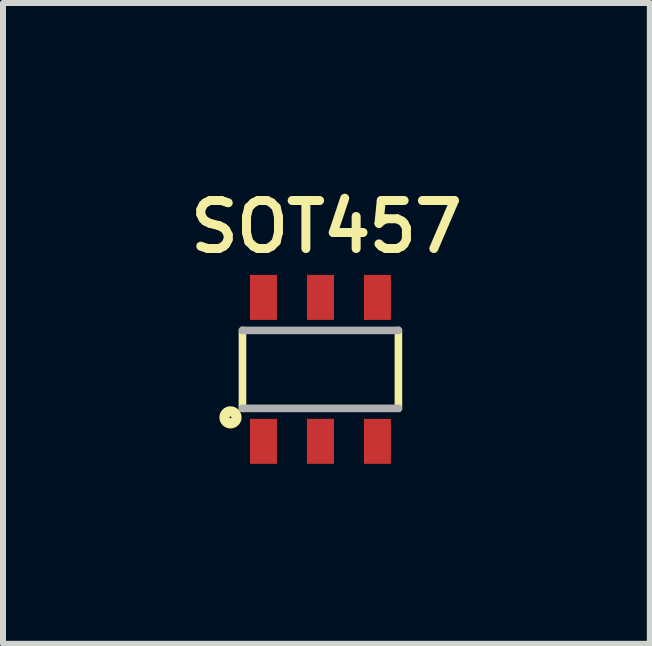
<source format=kicad_pcb>
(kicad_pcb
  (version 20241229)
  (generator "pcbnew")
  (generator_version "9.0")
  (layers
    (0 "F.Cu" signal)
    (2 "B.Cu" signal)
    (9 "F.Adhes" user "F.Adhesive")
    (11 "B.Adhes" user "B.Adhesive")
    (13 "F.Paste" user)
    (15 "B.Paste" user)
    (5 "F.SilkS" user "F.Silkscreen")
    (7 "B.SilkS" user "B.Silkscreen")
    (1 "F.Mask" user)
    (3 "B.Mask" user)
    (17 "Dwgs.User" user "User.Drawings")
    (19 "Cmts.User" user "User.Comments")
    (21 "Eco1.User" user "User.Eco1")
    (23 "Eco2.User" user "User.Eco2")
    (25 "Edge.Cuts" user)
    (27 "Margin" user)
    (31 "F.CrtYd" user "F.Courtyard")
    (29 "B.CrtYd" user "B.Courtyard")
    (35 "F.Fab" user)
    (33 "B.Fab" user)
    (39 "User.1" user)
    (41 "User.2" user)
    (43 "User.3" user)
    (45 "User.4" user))
  (footprint "SOT457"
    (layer "F.Cu")
    (at 2.293 3.109)
    (property "Reference" "SOT457" (at 0.1 -2.378 0) (layer "F.SilkS") (effects (font (size 0.8 0.8) (thickness 0.15))))
    (attr smd)
    (fp_line (start -1.3 -0.65) (end -1.3 0.65) (stroke (width 0.127) (type solid)) (layer "F.SilkS"))
    (fp_line (start 1.3 0.65) (end 1.3 -0.65) (stroke (width 0.127) (type solid)) (layer "F.SilkS"))
    (fp_circle (center -1.5 0.8) (end -1.4 0.8) (stroke (width 0.17) (type solid)) (fill no) (layer "F.SilkS"))
    (fp_line (start -1.3 0.65) (end 1.3 0.65) (stroke (width 0.127) (type solid)) (layer "F.Fab"))
    (fp_line (start 1.3 -0.65) (end -1.3 -0.65) (stroke (width 0.127) (type solid)) (layer "F.Fab"))
    (pad "1" smd rect (at -0.95 1.2) (size 0.45 0.75) (layers "F.Cu" "F.Mask" "F.Paste"))
    (pad "2" smd rect (at 0 1.2) (size 0.45 0.75) (layers "F.Cu" "F.Mask" "F.Paste"))
    (pad "3" smd rect (at 0.95 1.2) (size 0.45 0.75) (layers "F.Cu" "F.Mask" "F.Paste"))
    (pad "4" smd rect (at 0.95 -1.2) (size 0.45 0.75) (layers "F.Cu" "F.Mask" "F.Paste"))
    (pad "5" smd rect (at 0 -1.2) (size 0.45 0.75) (layers "F.Cu" "F.Mask" "F.Paste"))
    (pad "6" smd rect (at -0.95 -1.2) (size 0.45 0.75) (layers "F.Cu" "F.Mask" "F.Paste")))
  (gr_rect
    (start -3 -3)
    (end 7.785 7.684)
    (stroke (width 0.1) (type default))
    (fill no)
    (layer "Edge.Cuts")))
</source>
